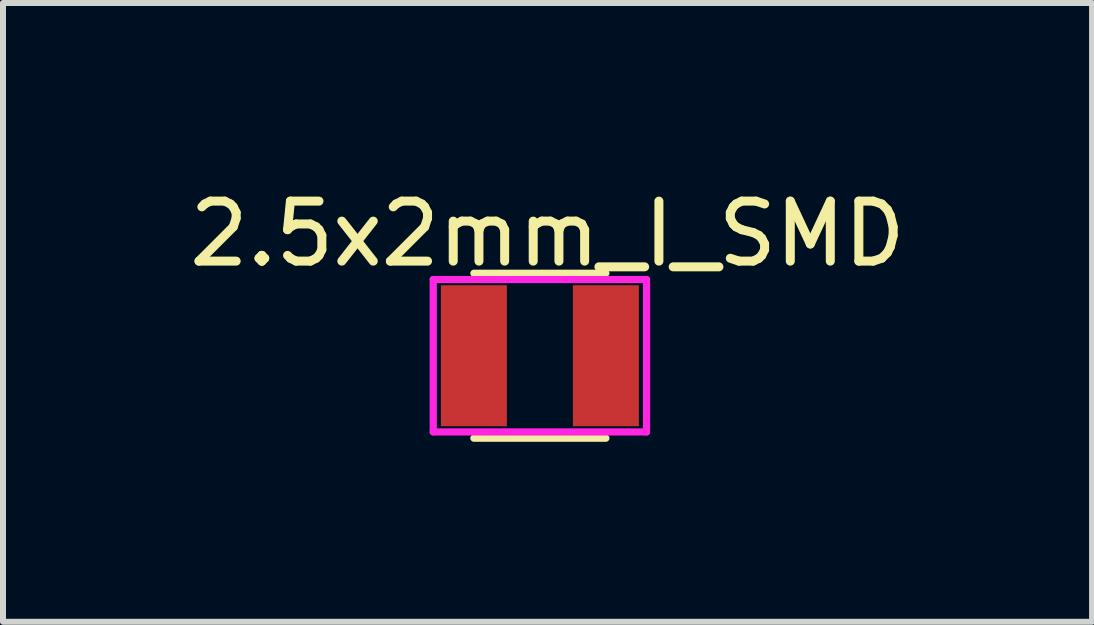
<source format=kicad_pcb>
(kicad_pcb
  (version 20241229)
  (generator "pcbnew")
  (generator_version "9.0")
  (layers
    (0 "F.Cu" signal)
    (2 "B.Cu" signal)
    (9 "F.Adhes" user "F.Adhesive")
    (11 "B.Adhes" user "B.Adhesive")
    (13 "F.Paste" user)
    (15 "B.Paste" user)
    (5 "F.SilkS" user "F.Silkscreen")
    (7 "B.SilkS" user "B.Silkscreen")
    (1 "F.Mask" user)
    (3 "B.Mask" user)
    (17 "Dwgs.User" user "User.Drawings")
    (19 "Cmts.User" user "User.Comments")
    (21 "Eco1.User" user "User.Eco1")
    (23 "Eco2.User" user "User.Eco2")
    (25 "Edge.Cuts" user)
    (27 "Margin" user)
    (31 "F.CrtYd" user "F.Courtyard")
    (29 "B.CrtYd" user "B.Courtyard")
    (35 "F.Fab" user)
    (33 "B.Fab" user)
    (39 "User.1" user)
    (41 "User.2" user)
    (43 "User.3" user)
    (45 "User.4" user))
  (footprint "2.5x2mm_I_SMD"
    (layer "F.Cu")
    (at 5.95 2.88)
    (property "Reference" "2.5x2mm_I_SMD" (at 0.127 -2.032 0) (layer "F.SilkS") (effects (font (size 1 1) (thickness 0.15))))
    (attr through_hole)
    (fp_line (start -1.1 -1.375) (end 1.1 -1.375) (stroke (width 0.12) (type solid)) (layer "F.SilkS"))
    (fp_line (start -1.1 1.375) (end 1.1 1.375) (stroke (width 0.12) (type solid)) (layer "F.SilkS"))
    (fp_line (start -1.778 -1.27) (end 1.778 -1.27) (stroke (width 0.12) (type solid)) (layer "F.CrtYd"))
    (fp_line (start -1.778 1.27) (end -1.778 -1.27) (stroke (width 0.12) (type solid)) (layer "F.CrtYd"))
    (fp_line (start 1.778 -1.27) (end 1.778 1.27) (stroke (width 0.12) (type solid)) (layer "F.CrtYd"))
    (fp_line (start 1.778 1.27) (end -1.778 1.27) (stroke (width 0.12) (type solid)) (layer "F.CrtYd"))
    (pad "1" smd rect (at -1.1 0) (size 1.1 2.35) (layers "F.Cu" "F.Mask" "F.Paste"))
    (pad "2" smd rect (at 1.1 0) (size 1.1 2.35) (layers "F.Cu" "F.Mask" "F.Paste")))
  (gr_rect
    (start -3 -3)
    (end 15.155 7.315)
    (stroke (width 0.1) (type default))
    (fill no)
    (layer "Edge.Cuts")))
</source>
